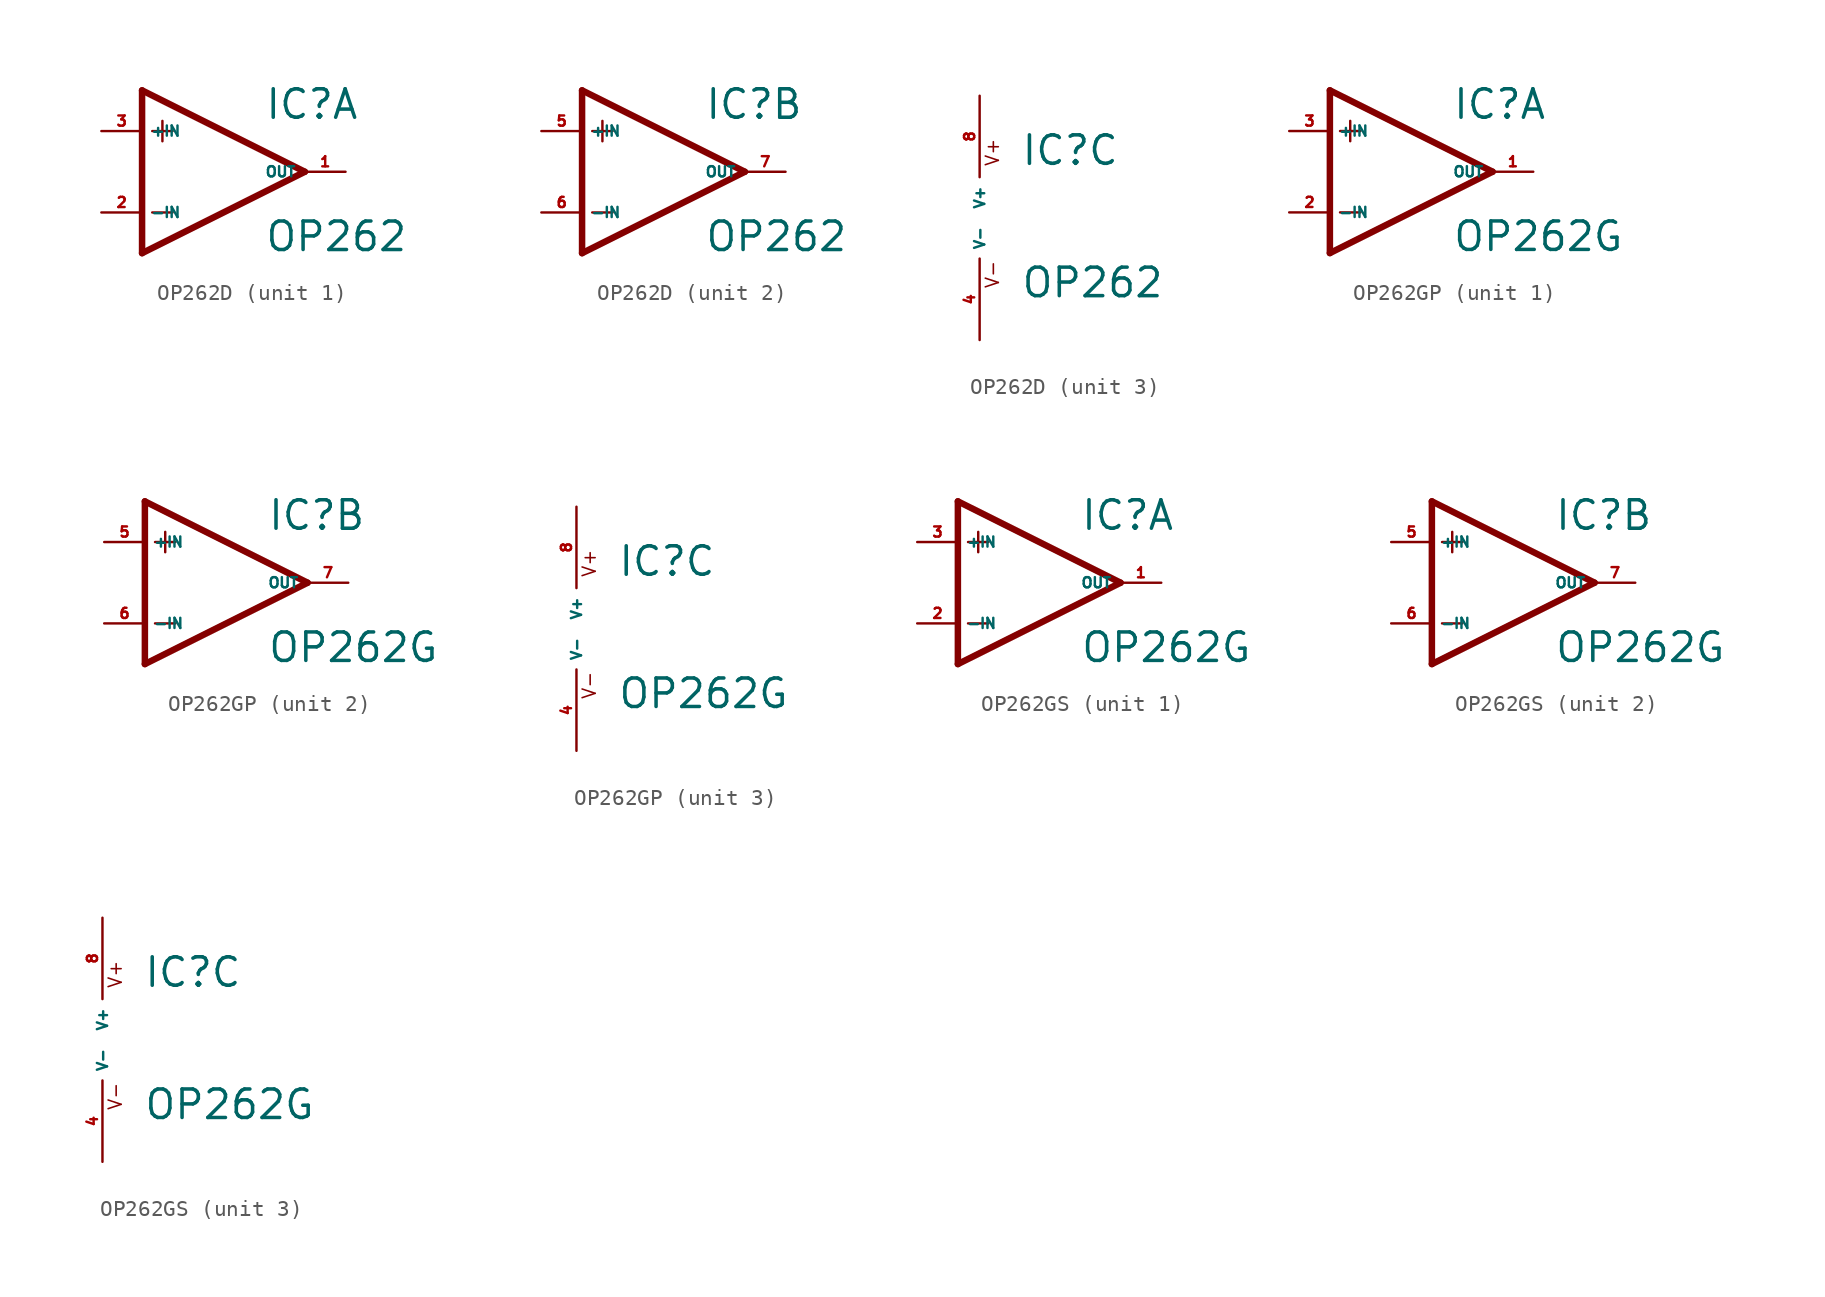
<source format=kicad_sym>
(kicad_symbol_lib
  (version 20220914)
  (generator Eagle2Kicad)
  (symbol "OP262D"
    (property "Reference" "IC"
      (at 2.54 3.175 0)
      (effects (font (size 1.778 1.778) (thickness 0.22)) (justify left bottom)))
    (property "Value" "OP262"
      (at 2.54 -5.08 0)
      (effects (font (size 1.778 1.778) (thickness 0.22)) (justify left bottom)))
    (symbol "OP262D_1_0"
      (polyline (pts (xy -5.08 5.08) (xy -5.08 -5.08)) (stroke (width 0.406) (type default)) (fill (type none)))
      (polyline (pts (xy -5.08 -5.08) (xy 5.08 0)) (stroke (width 0.406) (type default)) (fill (type none)))
      (polyline (pts (xy 5.08 0) (xy -5.08 5.08)) (stroke (width 0.406) (type default)) (fill (type none)))
      (polyline (pts (xy -3.81 3.175) (xy -3.81 1.905)) (stroke (width 0.152) (type default)) (fill (type none)))
      (polyline (pts (xy -4.445 2.54) (xy -3.175 2.54)) (stroke (width 0.152) (type default)) (fill (type none)))
      (polyline (pts (xy -4.445 -2.54) (xy -3.175 -2.54)) (stroke (width 0.152) (type default)) (fill (type none)))
      (pin input line (at -7.62 -2.54 0) (length 2.54) (name "-IN" (effects (font (size 0.635 0.635) (thickness 0.08)) (justify left bottom))) (number "2" (effects (font (size 0.635 0.635) (thickness 0.08)) (justify left bottom))))
      (pin input line (at -7.62 2.54 0) (length 2.54) (name "+IN" (effects (font (size 0.635 0.635) (thickness 0.08)) (justify left bottom))) (number "3" (effects (font (size 0.635 0.635) (thickness 0.08)) (justify left bottom))))
      (pin output line (at 7.62 0 180) (length 2.54) (name "OUT" (effects (font (size 0.635 0.635) (thickness 0.08)) (justify left bottom))) (number "1" (effects (font (size 0.635 0.635) (thickness 0.08)) (justify left bottom)))))
    (symbol "OP262D_2_0"
      (polyline (pts (xy -5.08 5.08) (xy -5.08 -5.08)) (stroke (width 0.406) (type default)) (fill (type none)))
      (polyline (pts (xy -5.08 -5.08) (xy 5.08 0)) (stroke (width 0.406) (type default)) (fill (type none)))
      (polyline (pts (xy 5.08 0) (xy -5.08 5.08)) (stroke (width 0.406) (type default)) (fill (type none)))
      (polyline (pts (xy -3.81 3.175) (xy -3.81 1.905)) (stroke (width 0.152) (type default)) (fill (type none)))
      (polyline (pts (xy -4.445 2.54) (xy -3.175 2.54)) (stroke (width 0.152) (type default)) (fill (type none)))
      (polyline (pts (xy -4.445 -2.54) (xy -3.175 -2.54)) (stroke (width 0.152) (type default)) (fill (type none)))
      (pin input line (at -7.62 -2.54 0) (length 2.54) (name "-IN" (effects (font (size 0.635 0.635) (thickness 0.08)) (justify left bottom))) (number "6" (effects (font (size 0.635 0.635) (thickness 0.08)) (justify left bottom))))
      (pin input line (at -7.62 2.54 0) (length 2.54) (name "+IN" (effects (font (size 0.635 0.635) (thickness 0.08)) (justify left bottom))) (number "5" (effects (font (size 0.635 0.635) (thickness 0.08)) (justify left bottom))))
      (pin output line (at 7.62 0 180) (length 2.54) (name "OUT" (effects (font (size 0.635 0.635) (thickness 0.08)) (justify left bottom))) (number "7" (effects (font (size 0.635 0.635) (thickness 0.08)) (justify left bottom)))))
    (symbol "OP262D_3_0"
      (text "V+" (at 1.27 3.175 900) (effects (font (size 0.813 0.813) (thickness 0.10)) (justify left bottom)))
      (text "V-" (at 1.27 -4.445 900) (effects (font (size 0.813 0.813) (thickness 0.10)) (justify left bottom)))
      (pin unspecified line (at 0 7.62 270) (length 5.08) (name "V+" (effects (font (size 0.635 0.635) (thickness 0.08)) (justify left bottom))) (number "8" (effects (font (size 0.635 0.635) (thickness 0.08)) (justify left bottom))))
      (pin unspecified line (at 0 -7.62 90) (length 5.08) (name "V-" (effects (font (size 0.635 0.635) (thickness 0.08)) (justify left bottom))) (number "4" (effects (font (size 0.635 0.635) (thickness 0.08)) (justify left bottom))))))
  (symbol "OP262GP"
    (property "Reference" "IC"
      (at 2.54 3.175 0)
      (effects (font (size 1.778 1.778) (thickness 0.22)) (justify left bottom)))
    (property "Value" "OP262G"
      (at 2.54 -5.08 0)
      (effects (font (size 1.778 1.778) (thickness 0.22)) (justify left bottom)))
    (symbol "OP262GP_1_0"
      (polyline (pts (xy -5.08 5.08) (xy -5.08 -5.08)) (stroke (width 0.406) (type default)) (fill (type none)))
      (polyline (pts (xy -5.08 -5.08) (xy 5.08 0)) (stroke (width 0.406) (type default)) (fill (type none)))
      (polyline (pts (xy 5.08 0) (xy -5.08 5.08)) (stroke (width 0.406) (type default)) (fill (type none)))
      (polyline (pts (xy -3.81 3.175) (xy -3.81 1.905)) (stroke (width 0.152) (type default)) (fill (type none)))
      (polyline (pts (xy -4.445 2.54) (xy -3.175 2.54)) (stroke (width 0.152) (type default)) (fill (type none)))
      (polyline (pts (xy -4.445 -2.54) (xy -3.175 -2.54)) (stroke (width 0.152) (type default)) (fill (type none)))
      (pin input line (at -7.62 -2.54 0) (length 2.54) (name "-IN" (effects (font (size 0.635 0.635) (thickness 0.08)) (justify left bottom))) (number "2" (effects (font (size 0.635 0.635) (thickness 0.08)) (justify left bottom))))
      (pin input line (at -7.62 2.54 0) (length 2.54) (name "+IN" (effects (font (size 0.635 0.635) (thickness 0.08)) (justify left bottom))) (number "3" (effects (font (size 0.635 0.635) (thickness 0.08)) (justify left bottom))))
      (pin output line (at 7.62 0 180) (length 2.54) (name "OUT" (effects (font (size 0.635 0.635) (thickness 0.08)) (justify left bottom))) (number "1" (effects (font (size 0.635 0.635) (thickness 0.08)) (justify left bottom)))))
    (symbol "OP262GP_2_0"
      (polyline (pts (xy -5.08 5.08) (xy -5.08 -5.08)) (stroke (width 0.406) (type default)) (fill (type none)))
      (polyline (pts (xy -5.08 -5.08) (xy 5.08 0)) (stroke (width 0.406) (type default)) (fill (type none)))
      (polyline (pts (xy 5.08 0) (xy -5.08 5.08)) (stroke (width 0.406) (type default)) (fill (type none)))
      (polyline (pts (xy -3.81 3.175) (xy -3.81 1.905)) (stroke (width 0.152) (type default)) (fill (type none)))
      (polyline (pts (xy -4.445 2.54) (xy -3.175 2.54)) (stroke (width 0.152) (type default)) (fill (type none)))
      (polyline (pts (xy -4.445 -2.54) (xy -3.175 -2.54)) (stroke (width 0.152) (type default)) (fill (type none)))
      (pin input line (at -7.62 -2.54 0) (length 2.54) (name "-IN" (effects (font (size 0.635 0.635) (thickness 0.08)) (justify left bottom))) (number "6" (effects (font (size 0.635 0.635) (thickness 0.08)) (justify left bottom))))
      (pin input line (at -7.62 2.54 0) (length 2.54) (name "+IN" (effects (font (size 0.635 0.635) (thickness 0.08)) (justify left bottom))) (number "5" (effects (font (size 0.635 0.635) (thickness 0.08)) (justify left bottom))))
      (pin output line (at 7.62 0 180) (length 2.54) (name "OUT" (effects (font (size 0.635 0.635) (thickness 0.08)) (justify left bottom))) (number "7" (effects (font (size 0.635 0.635) (thickness 0.08)) (justify left bottom)))))
    (symbol "OP262GP_3_0"
      (text "V+" (at 1.27 3.175 900) (effects (font (size 0.813 0.813) (thickness 0.10)) (justify left bottom)))
      (text "V-" (at 1.27 -4.445 900) (effects (font (size 0.813 0.813) (thickness 0.10)) (justify left bottom)))
      (pin unspecified line (at 0 7.62 270) (length 5.08) (name "V+" (effects (font (size 0.635 0.635) (thickness 0.08)) (justify left bottom))) (number "8" (effects (font (size 0.635 0.635) (thickness 0.08)) (justify left bottom))))
      (pin unspecified line (at 0 -7.62 90) (length 5.08) (name "V-" (effects (font (size 0.635 0.635) (thickness 0.08)) (justify left bottom))) (number "4" (effects (font (size 0.635 0.635) (thickness 0.08)) (justify left bottom))))))
  (symbol "OP262GS"
    (property "Reference" "IC"
      (at 2.54 3.175 0)
      (effects (font (size 1.778 1.778) (thickness 0.22)) (justify left bottom)))
    (property "Value" "OP262G"
      (at 2.54 -5.08 0)
      (effects (font (size 1.778 1.778) (thickness 0.22)) (justify left bottom)))
    (symbol "OP262GS_1_0"
      (polyline (pts (xy -5.08 5.08) (xy -5.08 -5.08)) (stroke (width 0.406) (type default)) (fill (type none)))
      (polyline (pts (xy -5.08 -5.08) (xy 5.08 0)) (stroke (width 0.406) (type default)) (fill (type none)))
      (polyline (pts (xy 5.08 0) (xy -5.08 5.08)) (stroke (width 0.406) (type default)) (fill (type none)))
      (polyline (pts (xy -3.81 3.175) (xy -3.81 1.905)) (stroke (width 0.152) (type default)) (fill (type none)))
      (polyline (pts (xy -4.445 2.54) (xy -3.175 2.54)) (stroke (width 0.152) (type default)) (fill (type none)))
      (polyline (pts (xy -4.445 -2.54) (xy -3.175 -2.54)) (stroke (width 0.152) (type default)) (fill (type none)))
      (pin input line (at -7.62 -2.54 0) (length 2.54) (name "-IN" (effects (font (size 0.635 0.635) (thickness 0.08)) (justify left bottom))) (number "2" (effects (font (size 0.635 0.635) (thickness 0.08)) (justify left bottom))))
      (pin input line (at -7.62 2.54 0) (length 2.54) (name "+IN" (effects (font (size 0.635 0.635) (thickness 0.08)) (justify left bottom))) (number "3" (effects (font (size 0.635 0.635) (thickness 0.08)) (justify left bottom))))
      (pin output line (at 7.62 0 180) (length 2.54) (name "OUT" (effects (font (size 0.635 0.635) (thickness 0.08)) (justify left bottom))) (number "1" (effects (font (size 0.635 0.635) (thickness 0.08)) (justify left bottom)))))
    (symbol "OP262GS_2_0"
      (polyline (pts (xy -5.08 5.08) (xy -5.08 -5.08)) (stroke (width 0.406) (type default)) (fill (type none)))
      (polyline (pts (xy -5.08 -5.08) (xy 5.08 0)) (stroke (width 0.406) (type default)) (fill (type none)))
      (polyline (pts (xy 5.08 0) (xy -5.08 5.08)) (stroke (width 0.406) (type default)) (fill (type none)))
      (polyline (pts (xy -3.81 3.175) (xy -3.81 1.905)) (stroke (width 0.152) (type default)) (fill (type none)))
      (polyline (pts (xy -4.445 2.54) (xy -3.175 2.54)) (stroke (width 0.152) (type default)) (fill (type none)))
      (polyline (pts (xy -4.445 -2.54) (xy -3.175 -2.54)) (stroke (width 0.152) (type default)) (fill (type none)))
      (pin input line (at -7.62 -2.54 0) (length 2.54) (name "-IN" (effects (font (size 0.635 0.635) (thickness 0.08)) (justify left bottom))) (number "6" (effects (font (size 0.635 0.635) (thickness 0.08)) (justify left bottom))))
      (pin input line (at -7.62 2.54 0) (length 2.54) (name "+IN" (effects (font (size 0.635 0.635) (thickness 0.08)) (justify left bottom))) (number "5" (effects (font (size 0.635 0.635) (thickness 0.08)) (justify left bottom))))
      (pin output line (at 7.62 0 180) (length 2.54) (name "OUT" (effects (font (size 0.635 0.635) (thickness 0.08)) (justify left bottom))) (number "7" (effects (font (size 0.635 0.635) (thickness 0.08)) (justify left bottom)))))
    (symbol "OP262GS_3_0"
      (text "V+" (at 1.27 3.175 900) (effects (font (size 0.813 0.813) (thickness 0.10)) (justify left bottom)))
      (text "V-" (at 1.27 -4.445 900) (effects (font (size 0.813 0.813) (thickness 0.10)) (justify left bottom)))
      (pin unspecified line (at 0 7.62 270) (length 5.08) (name "V+" (effects (font (size 0.635 0.635) (thickness 0.08)) (justify left bottom))) (number "8" (effects (font (size 0.635 0.635) (thickness 0.08)) (justify left bottom))))
      (pin unspecified line (at 0 -7.62 90) (length 5.08) (name "V-" (effects (font (size 0.635 0.635) (thickness 0.08)) (justify left bottom))) (number "4" (effects (font (size 0.635 0.635) (thickness 0.08)) (justify left bottom)))))))
</source>
